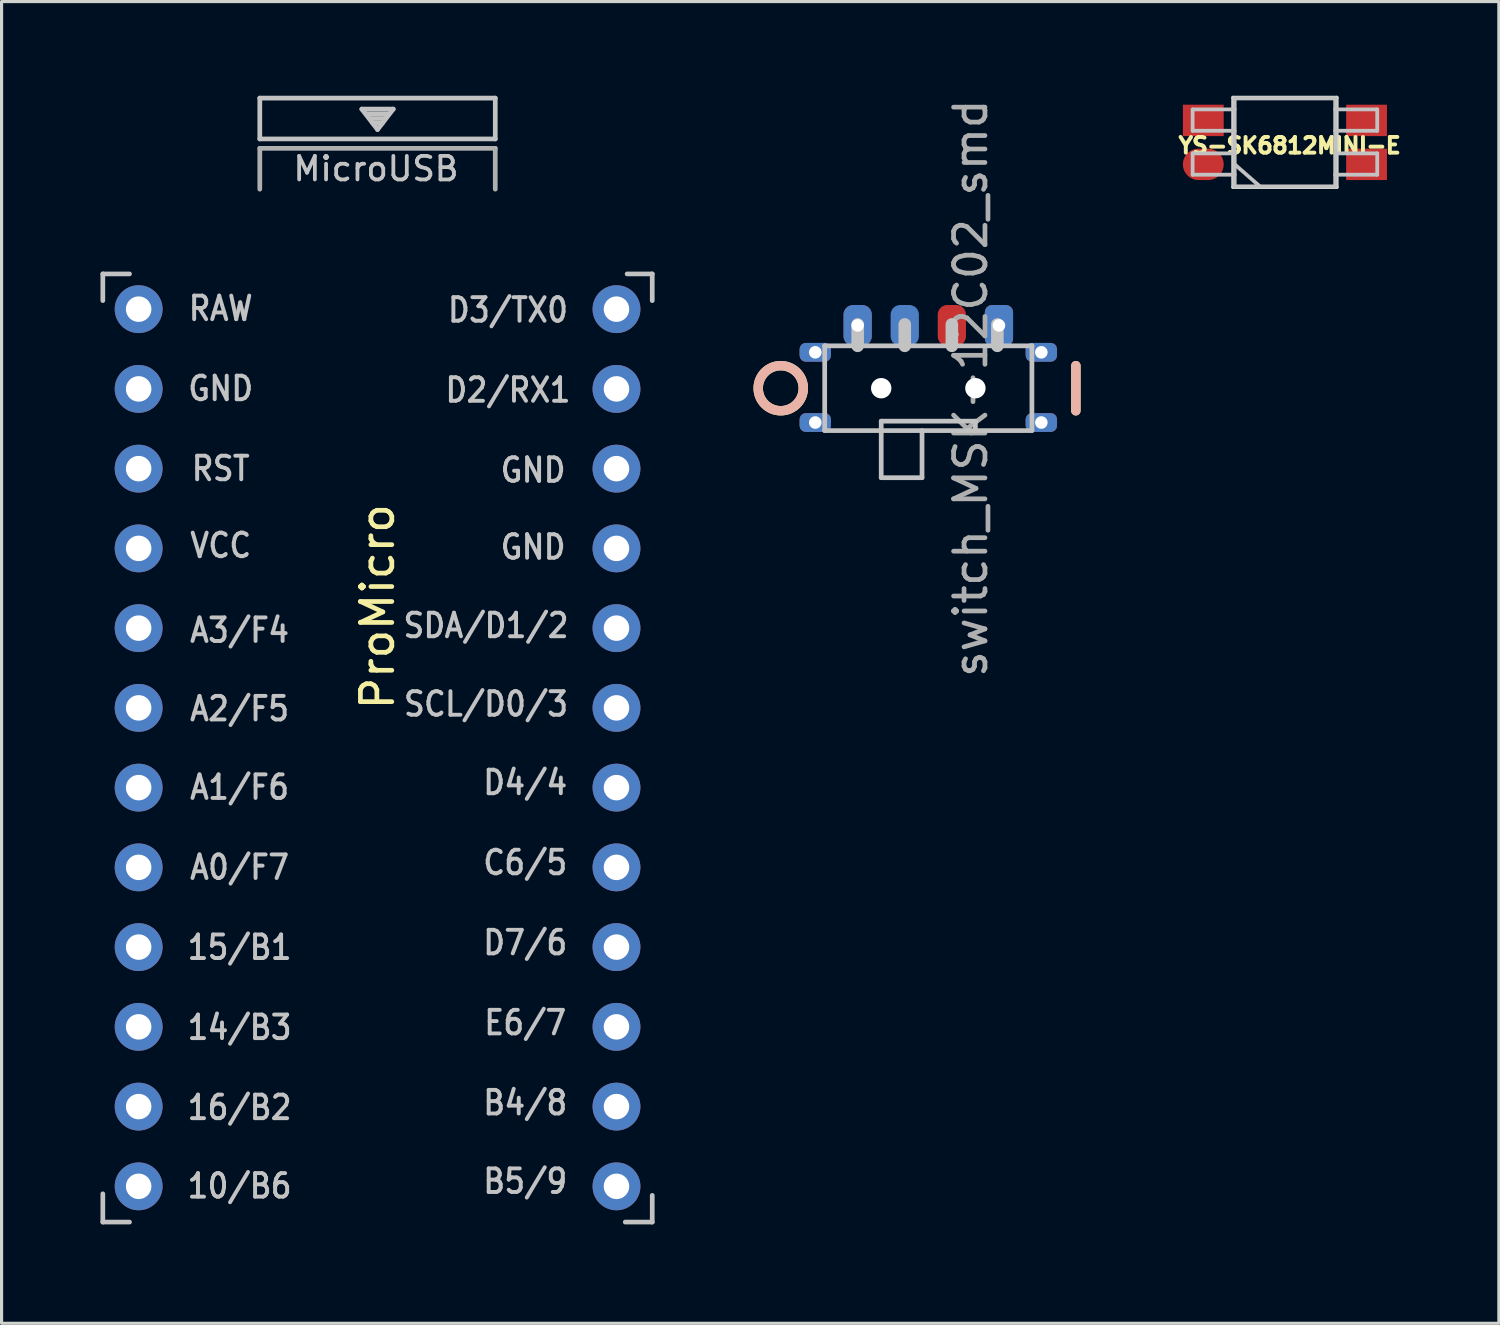
<source format=kicad_pcb>
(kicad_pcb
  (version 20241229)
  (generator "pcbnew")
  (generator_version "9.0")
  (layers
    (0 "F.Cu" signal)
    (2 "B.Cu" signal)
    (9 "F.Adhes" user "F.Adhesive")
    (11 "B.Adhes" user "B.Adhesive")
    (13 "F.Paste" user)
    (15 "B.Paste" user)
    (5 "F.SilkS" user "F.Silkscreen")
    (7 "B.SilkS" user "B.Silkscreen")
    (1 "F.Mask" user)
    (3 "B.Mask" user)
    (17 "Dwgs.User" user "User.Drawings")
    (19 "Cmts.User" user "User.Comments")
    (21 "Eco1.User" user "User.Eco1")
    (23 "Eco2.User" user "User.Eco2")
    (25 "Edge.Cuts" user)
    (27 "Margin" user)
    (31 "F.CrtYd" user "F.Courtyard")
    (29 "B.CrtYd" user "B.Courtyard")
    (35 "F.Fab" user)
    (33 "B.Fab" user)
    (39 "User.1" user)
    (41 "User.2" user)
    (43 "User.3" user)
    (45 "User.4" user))
  (footprint "ProMicro"
    (layer "F.Cu")
    (at 8.975 21.275)
    (property "Reference" "ProMicro" (at 0 -5 270) (layer "F.SilkS") (effects (font (size 1 1) (thickness 0.15))))
    (attr through_hole)
    (fp_line (start -8.75 -15.6) (end -8.75 -14.75) (stroke (width 0.15) (type solid)) (layer "Dwgs.User"))
    (fp_line (start -8.75 -15.6) (end -7.9 -15.6) (stroke (width 0.15) (type solid)) (layer "Dwgs.User"))
    (fp_line (start -8.75 13.7) (end -8.75 14.6) (stroke (width 0.15) (type solid)) (layer "Dwgs.User"))
    (fp_line (start -8.75 14.6) (end -7.9 14.6) (stroke (width 0.15) (type solid)) (layer "Dwgs.User"))
    (fp_line (start -3.75 -21.2) (end -3.75 -19.9) (stroke (width 0.15) (type solid)) (layer "Dwgs.User"))
    (fp_line (start -3.75 -19.9) (end 3.75 -19.9) (stroke (width 0.15) (type solid)) (layer "Dwgs.User"))
    (fp_line (start -0.5 -20.85) (end 0.5 -20.85) (stroke (width 0.15) (type solid)) (layer "Dwgs.User"))
    (fp_line (start -0.35 -20.7) (end 0.35 -20.7) (stroke (width 0.15) (type solid)) (layer "Dwgs.User"))
    (fp_line (start -0.25 -20.55) (end 0.25 -20.55) (stroke (width 0.15) (type solid)) (layer "Dwgs.User"))
    (fp_line (start -0.15 -20.4) (end 0.15 -20.4) (stroke (width 0.15) (type solid)) (layer "Dwgs.User"))
    (fp_line (start 0 -20.2) (end -0.5 -20.85) (stroke (width 0.15) (type solid)) (layer "Dwgs.User"))
    (fp_line (start 0.5 -20.85) (end 0 -20.2) (stroke (width 0.15) (type solid)) (layer "Dwgs.User"))
    (fp_line (start 3.75 -21.2) (end -3.75 -21.2) (stroke (width 0.15) (type solid)) (layer "Dwgs.User"))
    (fp_line (start 3.75 -19.9) (end 3.75 -21.2) (stroke (width 0.15) (type solid)) (layer "Dwgs.User"))
    (fp_line (start 8.75 -15.6) (end 7.95 -15.6) (stroke (width 0.15) (type solid)) (layer "Dwgs.User"))
    (fp_line (start 8.75 -15.6) (end 8.75 -14.75) (stroke (width 0.15) (type solid)) (layer "Dwgs.User"))
    (fp_line (start 8.75 13.75) (end 8.75 14.6) (stroke (width 0.15) (type solid)) (layer "Dwgs.User"))
    (fp_line (start 8.75 14.6) (end 7.89 14.6) (stroke (width 0.15) (type solid)) (layer "Dwgs.User"))
    (fp_line (start -8.9 -18.3) (end -3.75 -18.3) (stroke (width 0.15) (type solid)) (layer "Eco1.User"))
    (fp_line (start -8.9 14.75) (end -8.9 -18.3) (stroke (width 0.15) (type solid)) (layer "Eco1.User"))
    (fp_line (start -3.75 -18.3) (end 3.75 -18.3) (stroke (width 0.15) (type solid)) (layer "Eco1.User"))
    (fp_line (start 3.76 -18.3) (end 8.9 -18.3) (stroke (width 0.15) (type solid)) (layer "Eco1.User"))
    (fp_line (start 8.9 -18.3) (end 8.9 14.75) (stroke (width 0.15) (type solid)) (layer "Eco1.User"))
    (fp_line (start 8.9 14.75) (end -8.9 14.75) (stroke (width 0.15) (type solid)) (layer "Eco1.User"))
    (fp_line (start -3.75 -19.6) (end -3.75 -18.299) (stroke (width 0.15) (type solid)) (layer "F.Fab"))
    (fp_line (start -3.75 -19.6) (end 3.75 -19.6) (stroke (width 0.15) (type solid)) (layer "F.Fab"))
    (fp_line (start 3.75 -19.6) (end 3.75 -18.3) (stroke (width 0.15) (type solid)) (layer "F.Fab"))
    (fp_text user "SCL/D0/3" (at 3.455 -1.9 0) (unlocked yes) (layer "Dwgs.User") (effects (font (size 0.75 0.67) (thickness 0.125))))
    (fp_text user "A2/F5" (at -4.395 -1.75 0) (unlocked yes) (layer "Dwgs.User") (effects (font (size 0.75 0.67) (thickness 0.125))))
    (fp_text user "A1/F6" (at -4.395 0.75 0) (unlocked yes) (layer "Dwgs.User") (effects (font (size 0.75 0.67) (thickness 0.125))))
    (fp_text user "SDA/D1/2" (at 3.455 -4.4 0) (unlocked yes) (layer "Dwgs.User") (effects (font (size 0.75 0.67) (thickness 0.125))))
    (fp_text user "14/B3" (at -4.395 8.4 0) (unlocked yes) (layer "Dwgs.User") (effects (font (size 0.75 0.67) (thickness 0.125))))
    (fp_text user "RST" (at -4.995 -9.4 0) (unlocked yes) (layer "Dwgs.User") (effects (font (size 0.75 0.67) (thickness 0.125))))
    (fp_text user "GND" (at 4.955 -9.35 0) (unlocked yes) (layer "Dwgs.User") (effects (font (size 0.75 0.67) (thickness 0.125))))
    (fp_text user "15/B1" (at -4.395 5.85 0) (unlocked yes) (layer "Dwgs.User") (effects (font (size 0.75 0.67) (thickness 0.125))))
    (fp_text user "RAW" (at -4.995 -14.5 0) (unlocked yes) (layer "Dwgs.User") (effects (font (size 0.75 0.67) (thickness 0.125))))
    (fp_text user "GND" (at 4.955 -6.9 0) (unlocked yes) (layer "Dwgs.User") (effects (font (size 0.75 0.67) (thickness 0.125))))
    (fp_text user "GND" (at -4.995 -11.95 0) (unlocked yes) (layer "Dwgs.User") (effects (font (size 0.75 0.67) (thickness 0.125))))
    (fp_text user "B4/8" (at 4.705 10.8 0) (unlocked yes) (layer "Dwgs.User") (effects (font (size 0.75 0.67) (thickness 0.125))))
    (fp_text user "B5/9" (at 4.705 13.3 0) (unlocked yes) (layer "Dwgs.User") (effects (font (size 0.75 0.67) (thickness 0.125))))
    (fp_text user "C6/5" (at 4.705 3.15 0) (unlocked yes) (layer "Dwgs.User") (effects (font (size 0.75 0.67) (thickness 0.125))))
    (fp_text user "A0/F7" (at -4.395 3.3 0) (unlocked yes) (layer "Dwgs.User") (effects (font (size 0.75 0.67) (thickness 0.125))))
    (fp_text user "MicroUSB" (at -0.05 -18.95 0) (layer "Dwgs.User") (effects (font (size 0.75 0.75) (thickness 0.12))))
    (fp_text user "10/B6" (at -4.395 13.45 0) (unlocked yes) (layer "Dwgs.User") (effects (font (size 0.75 0.67) (thickness 0.125))))
    (fp_text user "E6/7" (at 4.705 8.25 0) (unlocked yes) (layer "Dwgs.User") (effects (font (size 0.75 0.67) (thickness 0.125))))
    (fp_text user "16/B2" (at -4.395 10.95 0) (unlocked yes) (layer "Dwgs.User") (effects (font (size 0.75 0.67) (thickness 0.125))))
    (fp_text user "D4/4" (at 4.705 0.6 0) (unlocked yes) (layer "Dwgs.User") (effects (font (size 0.75 0.67) (thickness 0.125))))
    (fp_text user "D3/TX0" (at 4.155 -14.45 0) (unlocked yes) (layer "Dwgs.User") (effects (font (size 0.75 0.67) (thickness 0.125))))
    (fp_text user "D2/RX1" (at 4.155 -11.9 0) (unlocked yes) (layer "Dwgs.User") (effects (font (size 0.75 0.67) (thickness 0.125))))
    (fp_text user "VCC" (at -4.995 -6.95 0) (unlocked yes) (layer "Dwgs.User") (effects (font (size 0.75 0.67) (thickness 0.125))))
    (fp_text user "D7/6" (at 4.705 5.7 0) (unlocked yes) (layer "Dwgs.User") (effects (font (size 0.75 0.67) (thickness 0.125))))
    (fp_text user "A3/F4" (at -4.395 -4.25 0) (unlocked yes) (layer "Dwgs.User") (effects (font (size 0.75 0.67) (thickness 0.125))))
    (pad "1" thru_hole circle (at 7.611 -14.478) (size 1.524 1.524) (drill 0.813) (layers "*.Cu" "B.Mask"))
    (pad "2" thru_hole circle (at 7.611 -11.938) (size 1.524 1.524) (drill 0.813) (layers "*.Cu" "B.Mask"))
    (pad "3" thru_hole circle (at 7.611 -9.398) (size 1.524 1.524) (drill 0.813) (layers "*.Cu" "B.Mask"))
    (pad "4" thru_hole circle (at 7.611 -6.858) (size 1.524 1.524) (drill 0.813) (layers "*.Cu" "B.Mask"))
    (pad "5" thru_hole circle (at 7.611 -4.318) (size 1.524 1.524) (drill 0.813) (layers "*.Cu" "B.Mask"))
    (pad "6" thru_hole circle (at 7.611 -1.778) (size 1.524 1.524) (drill 0.813) (layers "*.Cu" "B.Mask"))
    (pad "7" thru_hole circle (at 7.611 0.762) (size 1.524 1.524) (drill 0.813) (layers "*.Cu" "B.Mask"))
    (pad "8" thru_hole circle (at 7.611 3.302) (size 1.524 1.524) (drill 0.813) (layers "*.Cu" "B.Mask"))
    (pad "9" thru_hole circle (at 7.611 5.842) (size 1.524 1.524) (drill 0.813) (layers "*.Cu" "B.Mask"))
    (pad "10" thru_hole circle (at 7.611 8.382) (size 1.524 1.524) (drill 0.813) (layers "*.Cu" "B.Mask"))
    (pad "11" thru_hole circle (at 7.611 10.922) (size 1.524 1.524) (drill 0.813) (layers "*.Cu" "B.Mask"))
    (pad "12" thru_hole circle (at 7.611 13.462) (size 1.524 1.524) (drill 0.813) (layers "*.Cu" "B.Mask"))
    (pad "13" thru_hole circle (at -7.609 13.462) (size 1.524 1.524) (drill 0.813) (layers "*.Cu" "B.Mask"))
    (pad "14" thru_hole circle (at -7.609 10.922) (size 1.524 1.524) (drill 0.813) (layers "*.Cu" "B.Mask"))
    (pad "15" thru_hole circle (at -7.609 8.382) (size 1.524 1.524) (drill 0.813) (layers "*.Cu" "B.Mask"))
    (pad "16" thru_hole circle (at -7.609 5.842) (size 1.524 1.524) (drill 0.813) (layers "*.Cu" "B.Mask"))
    (pad "17" thru_hole circle (at -7.609 3.302) (size 1.524 1.524) (drill 0.813) (layers "*.Cu" "B.Mask"))
    (pad "18" thru_hole circle (at -7.609 0.762) (size 1.524 1.524) (drill 0.813) (layers "*.Cu" "B.Mask"))
    (pad "19" thru_hole circle (at -7.609 -1.778) (size 1.524 1.524) (drill 0.813) (layers "*.Cu" "B.Mask"))
    (pad "20" thru_hole circle (at -7.609 -4.318) (size 1.524 1.524) (drill 0.813) (layers "*.Cu" "B.Mask"))
    (pad "21" thru_hole circle (at -7.609 -6.858) (size 1.524 1.524) (drill 0.813) (layers "*.Cu" "B.Mask"))
    (pad "22" thru_hole circle (at -7.609 -9.398) (size 1.524 1.524) (drill 0.813) (layers "*.Cu" "B.Mask"))
    (pad "23" thru_hole circle (at -7.609 -11.938) (size 1.524 1.524) (drill 0.813) (layers "*.Cu" "B.Mask"))
    (pad "24" thru_hole circle (at -7.609 -14.478 90) (size 1.524 1.524) (drill 0.813) (layers "*.Cu" "B.Mask")))
  (footprint "YS-SK6812MINI-E"
    (layer "F.Cu")
    (at 37.877 1.485)
    (property "Reference" "YS-SK6812MINI-E" (at 0.152 0.102 180) (layer "F.SilkS") (effects (font (size 0.5 0.5) (thickness 0.125))))
    (attr through_hole)
    (fp_line (start -2.94 -1.05) (end -2.94 -0.37) (stroke (width 0.12) (type solid)) (layer "Dwgs.User"))
    (fp_line (start -2.94 -0.37) (end -1.6 -0.37) (stroke (width 0.12) (type solid)) (layer "Dwgs.User"))
    (fp_line (start -2.94 0.35) (end -2.94 1.03) (stroke (width 0.12) (type solid)) (layer "Dwgs.User"))
    (fp_line (start -2.94 1.03) (end -1.6 1.03) (stroke (width 0.12) (type solid)) (layer "Dwgs.User"))
    (fp_line (start -1.6 -1.4) (end -1.6 1.4) (stroke (width 0.12) (type solid)) (layer "Dwgs.User"))
    (fp_line (start -1.6 -1.4) (end 1.6 -1.4) (stroke (width 0.12) (type solid)) (layer "Dwgs.User"))
    (fp_line (start -1.6 -1.05) (end -2.94 -1.05) (stroke (width 0.12) (type solid)) (layer "Dwgs.User"))
    (fp_line (start -1.6 0.35) (end -2.94 0.35) (stroke (width 0.12) (type solid)) (layer "Dwgs.User"))
    (fp_line (start -1.6 0.7) (end -0.8 1.4) (stroke (width 0.12) (type solid)) (layer "Dwgs.User"))
    (fp_line (start -1.6 1.4) (end 1.6 1.4) (stroke (width 0.12) (type solid)) (layer "Dwgs.User"))
    (fp_line (start 1.6 -1.4) (end 1.6 1.4) (stroke (width 0.12) (type solid)) (layer "Dwgs.User"))
    (fp_line (start 1.6 -0.37) (end 2.94 -0.37) (stroke (width 0.12) (type solid)) (layer "Dwgs.User"))
    (fp_line (start 1.6 1.03) (end 2.94 1.03) (stroke (width 0.12) (type solid)) (layer "Dwgs.User"))
    (fp_line (start 2.94 -1.05) (end 1.6 -1.05) (stroke (width 0.12) (type solid)) (layer "Dwgs.User"))
    (fp_line (start 2.94 -0.37) (end 2.94 -1.05) (stroke (width 0.12) (type solid)) (layer "Dwgs.User"))
    (fp_line (start 2.94 0.35) (end 1.6 0.35) (stroke (width 0.12) (type solid)) (layer "Dwgs.User"))
    (fp_line (start 2.94 1.03) (end 2.94 0.35) (stroke (width 0.12) (type solid)) (layer "Dwgs.User"))
    (fp_line (start -1.65 -1.425) (end -1.65 1.425) (stroke (width 0.12) (type solid)) (layer "Edge.Cuts"))
    (fp_line (start -1.65 1.425) (end 1.65 1.425) (stroke (width 0.12) (type solid)) (layer "Edge.Cuts"))
    (fp_line (start 1.65 -1.425) (end -1.65 -1.425) (stroke (width 0.12) (type solid)) (layer "Edge.Cuts"))
    (fp_line (start 1.65 1.425) (end 1.65 -1.425) (stroke (width 0.12) (type solid)) (layer "Edge.Cuts"))
    (pad "1" smd rect (at 2.6 -0.7) (size 1.3 1) (layers "F.Cu" "F.Mask" "F.Paste"))
    (pad "2" smd rect (at 2.6 0.7) (size 1.3 1) (layers "F.Cu" "F.Mask" "F.Paste"))
    (pad "3" smd oval (at -2.6 0.7) (size 1.3 1) (layers "F.Cu" "F.Mask" "F.Paste"))
    (pad "4" smd rect (at -2.6 -0.7) (size 1.3 1) (layers "F.Cu" "F.Mask" "F.Paste")))
  (footprint "switch_MSK-12C02_smd"
    (layer "F.Cu")
    (at 26.518 9.315)
    (property "Reference" "switch_MSK-12C02_smd" (at 1.35 0 90) (layer "F.Fab") (effects (font (size 1 1) (thickness 0.15))))
    (attr smd)
    (fp_line (start 4.7 -0.718) (end 4.699 0.718) (stroke (width 0.3) (type solid)) (layer "F.SilkS"))
    (fp_circle (center -4.7 0) (end -5.418 0) (stroke (width 0.3) (type solid)) (fill no) (layer "F.SilkS"))
    (fp_line (start 4.7 0.718) (end 4.7 -0.718) (stroke (width 0.3) (type solid)) (layer "B.SilkS"))
    (fp_circle (center -4.7 0) (end -5.418 0) (stroke (width 0.3) (type solid)) (fill no) (layer "B.SilkS"))
    (fp_line (start -3.3 -1.35) (end 3.3 -1.35) (stroke (width 0.15) (type solid)) (layer "Dwgs.User"))
    (fp_line (start -3.3 1.35) (end -3.3 -1.35) (stroke (width 0.15) (type solid)) (layer "Dwgs.User"))
    (fp_line (start -3.3 1.35) (end 3.3 1.35) (stroke (width 0.15) (type solid)) (layer "Dwgs.User"))
    (fp_line (start -2.25 -1.35) (end -2.25 -2.032) (stroke (width 0.4) (type solid)) (layer "Dwgs.User"))
    (fp_line (start -1.5 1.05) (end -1.5 1.35) (stroke (width 0.15) (type solid)) (layer "Dwgs.User"))
    (fp_line (start -1.5 2.85) (end -1.5 1.35) (stroke (width 0.15) (type solid)) (layer "Dwgs.User"))
    (fp_line (start -0.75 -1.35) (end -0.75 -2.032) (stroke (width 0.4) (type solid)) (layer "Dwgs.User"))
    (fp_line (start -0.2 1.35) (end -0.2 2.85) (stroke (width 0.15) (type solid)) (layer "Dwgs.User"))
    (fp_line (start -0.2 2.85) (end -1.5 2.85) (stroke (width 0.15) (type solid)) (layer "Dwgs.User"))
    (fp_line (start 0.75 -1.35) (end 0.75 -2.032) (stroke (width 0.4) (type solid)) (layer "Dwgs.User"))
    (fp_line (start 1.5 1.05) (end -1.5 1.05) (stroke (width 0.15) (type solid)) (layer "Dwgs.User"))
    (fp_line (start 1.5 1.05) (end 1.5 1.35) (stroke (width 0.15) (type solid)) (layer "Dwgs.User"))
    (fp_line (start 2.2 -1.35) (end 2.2 -2.032) (stroke (width 0.4) (type solid)) (layer "Dwgs.User"))
    (fp_line (start 3.3 1.35) (end 3.3 -1.35) (stroke (width 0.15) (type solid)) (layer "Dwgs.User"))
    (pad "" thru_hole roundrect (at -3.6 1.093 180) (size 1 0.6) (drill 0.4) (layers "*.Cu" "*.Mask") (roundrect_rratio 0.333))
    (pad "" thru_hole roundrect (at -3.6 -1.143 180) (size 1 0.6) (drill 0.4) (layers "*.Cu" "*.Mask") (roundrect_rratio 0.333))
    (pad "" np_thru_hole circle (at -1.5 0 270) (size 0.65 0.65) (drill 0.65) (layers "*.Cu" "*.Mask"))
    (pad "" np_thru_hole circle (at 1.5 0 270) (size 0.65 0.65) (drill 0.65) (layers "*.Cu" "*.Mask"))
    (pad "" thru_hole roundrect (at 3.6 -1.143 180) (size 1 0.6) (drill 0.4) (layers "*.Cu" "*.Mask") (roundrect_rratio 0.333))
    (pad "" thru_hole roundrect (at 3.6 1.093 180) (size 1 0.6) (drill 0.4) (layers "*.Cu" "*.Mask") (roundrect_rratio 0.333))
    (pad "1" thru_hole roundrect (at 2.25 -2 270) (size 1.3 0.9) (drill 0.4) (layers "*.Cu" "*.Mask") (roundrect_rratio 0.25))
    (pad "2" smd roundrect (at -0.75 -2 90) (size 1.3 0.9) (layers "B.Cu" "B.Mask" "B.Paste") (roundrect_rratio 0.333))
    (pad "2" smd roundrect (at 0.75 -2 270) (size 1.3 0.9) (layers "F.Cu" "F.Mask" "F.Paste") (roundrect_rratio 0.333))
    (pad "3" thru_hole roundrect (at -2.25 -2 270) (size 1.3 0.9) (drill 0.4) (layers "*.Cu" "*.Mask") (roundrect_rratio 0.333)))
  (gr_rect
    (start -3 -3)
    (end 44.691 39.1)
    (stroke (width 0.1) (type default))
    (fill no)
    (layer "Edge.Cuts")))
</source>
